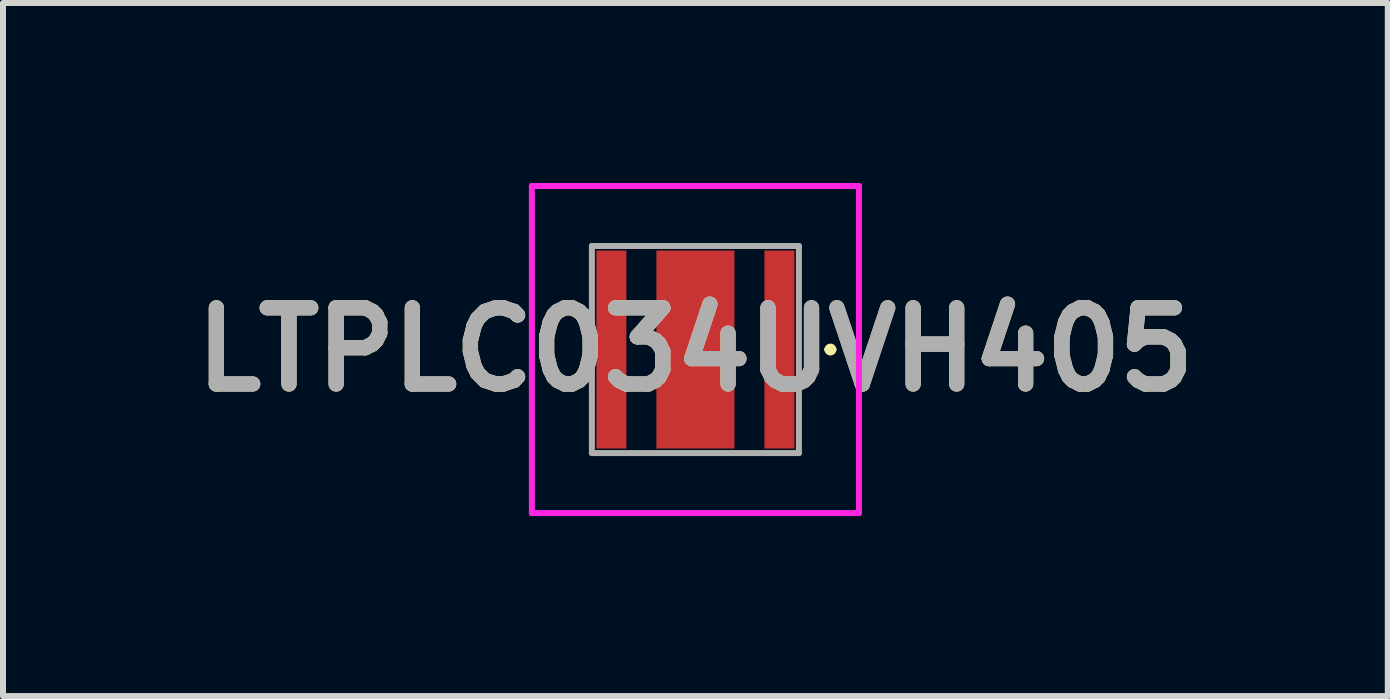
<source format=kicad_pcb>
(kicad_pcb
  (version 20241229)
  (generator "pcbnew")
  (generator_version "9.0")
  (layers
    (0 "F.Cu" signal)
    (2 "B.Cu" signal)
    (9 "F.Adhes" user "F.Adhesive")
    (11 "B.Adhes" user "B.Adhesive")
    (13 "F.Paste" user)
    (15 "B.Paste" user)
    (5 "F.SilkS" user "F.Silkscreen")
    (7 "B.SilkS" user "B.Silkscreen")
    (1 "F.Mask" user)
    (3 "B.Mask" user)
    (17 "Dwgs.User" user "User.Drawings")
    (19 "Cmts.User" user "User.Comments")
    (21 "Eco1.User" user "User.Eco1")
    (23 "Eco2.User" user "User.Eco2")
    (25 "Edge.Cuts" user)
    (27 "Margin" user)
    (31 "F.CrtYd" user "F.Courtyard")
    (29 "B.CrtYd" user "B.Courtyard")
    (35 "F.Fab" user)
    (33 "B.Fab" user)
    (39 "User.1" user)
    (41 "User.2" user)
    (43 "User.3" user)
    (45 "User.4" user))
  (footprint "LTPLC034UVH405"
    (layer "F.Cu")
    (at 8.539 2.775)
    (property "Reference" "LTPLC034UVH405" (at 0 0 0) (layer "F.SilkS") (effects (font (size 1.27 1.27) (thickness 0.254))))
    (attr smd)
    (fp_line (start 2.2 0) (end 2.2 0) (stroke (width 0.1) (type solid)) (layer "F.SilkS"))
    (fp_line (start 2.3 0) (end 2.3 0) (stroke (width 0.1) (type solid)) (layer "F.SilkS"))
    (fp_arc (start 2.2 0) (mid 2.25 -0.05) (end 2.3 0) (stroke (width 0.1) (type solid)) (layer "F.SilkS"))
    (fp_arc (start 2.3 0) (mid 2.25 0.05) (end 2.2 0) (stroke (width 0.1) (type solid)) (layer "F.SilkS"))
    (fp_line (start -2.725 -2.725) (end -2.725 2.725) (stroke (width 0.1) (type solid)) (layer "F.CrtYd"))
    (fp_line (start -2.725 2.725) (end 2.725 2.725) (stroke (width 0.1) (type solid)) (layer "F.CrtYd"))
    (fp_line (start 2.725 -2.725) (end -2.725 -2.725) (stroke (width 0.1) (type solid)) (layer "F.CrtYd"))
    (fp_line (start 2.725 2.725) (end 2.725 -2.725) (stroke (width 0.1) (type solid)) (layer "F.CrtYd"))
    (fp_line (start -1.725 -1.725) (end -1.725 1.725) (stroke (width 0.1) (type solid)) (layer "F.Fab"))
    (fp_line (start -1.725 1.725) (end 1.725 1.725) (stroke (width 0.1) (type solid)) (layer "F.Fab"))
    (fp_line (start 1.725 -1.725) (end -1.725 -1.725) (stroke (width 0.1) (type solid)) (layer "F.Fab"))
    (fp_line (start 1.725 1.725) (end 1.725 -1.725) (stroke (width 0.1) (type solid)) (layer "F.Fab"))
    (fp_text user "${REFERENCE}" (at 0 0 0) (layer "F.Fab") (effects (font (size 1.27 1.27) (thickness 0.254))))
    (pad "1" smd rect (at 1.4 0) (size 0.5 3.3) (layers "F.Cu" "F.Mask" "F.Paste"))
    (pad "2" smd rect (at -1.4 0) (size 0.5 3.3) (layers "F.Cu" "F.Mask" "F.Paste"))
    (pad "3" smd rect (at 0 0) (size 1.3 3.3) (layers "F.Cu" "F.Mask" "F.Paste")))
  (gr_rect
    (start -3 -3)
    (end 20.078 8.55)
    (stroke (width 0.1) (type default))
    (fill no)
    (layer "Edge.Cuts")))
</source>
